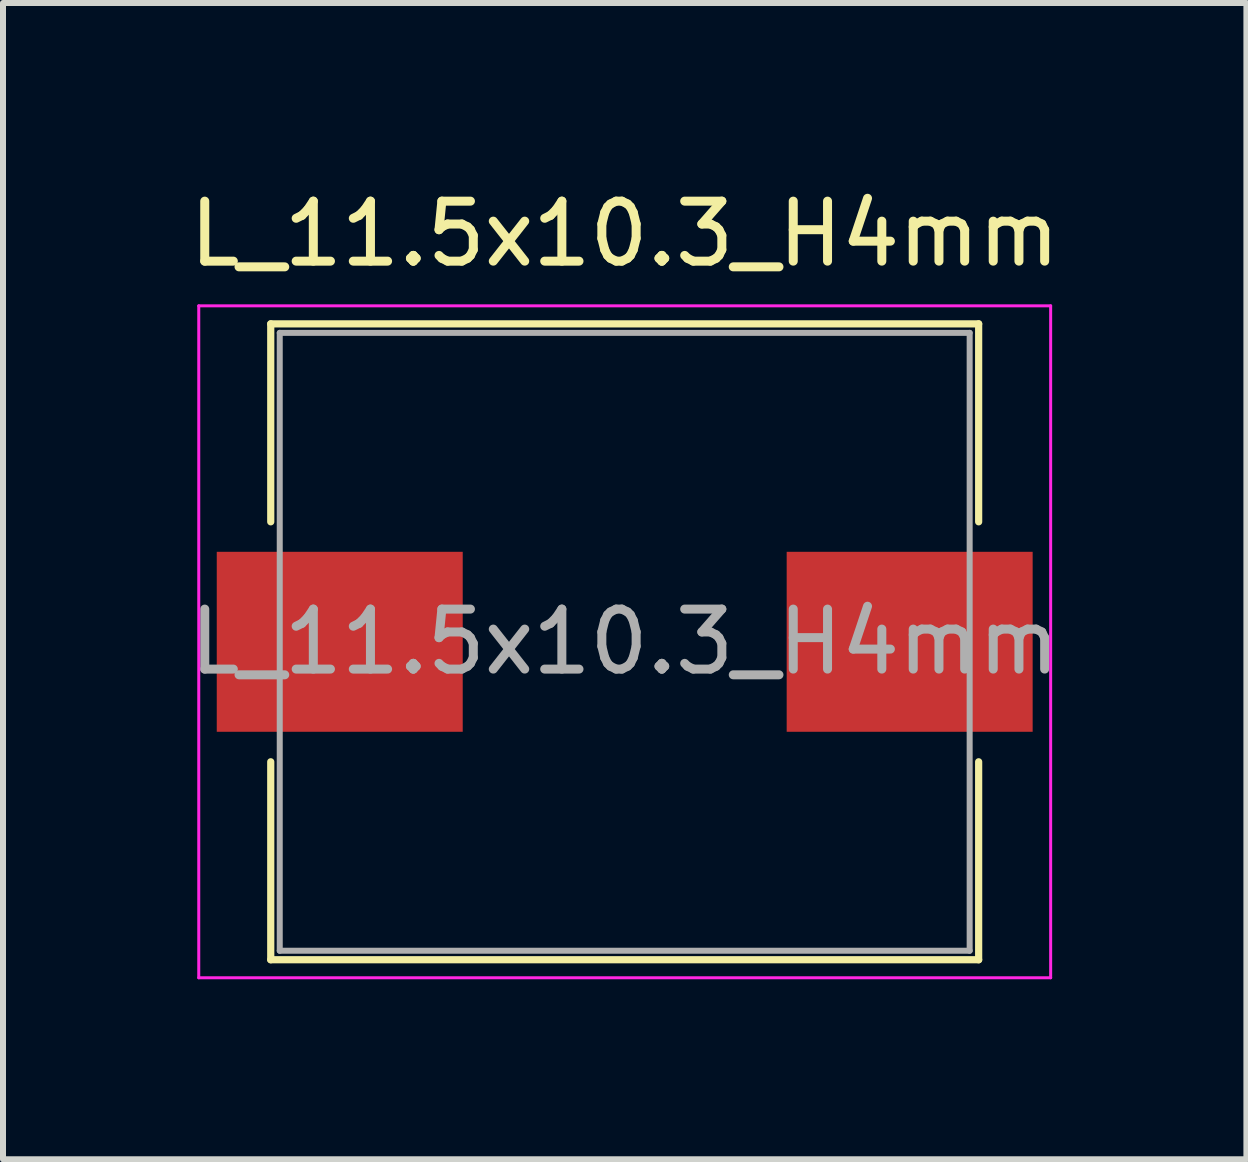
<source format=kicad_pcb>
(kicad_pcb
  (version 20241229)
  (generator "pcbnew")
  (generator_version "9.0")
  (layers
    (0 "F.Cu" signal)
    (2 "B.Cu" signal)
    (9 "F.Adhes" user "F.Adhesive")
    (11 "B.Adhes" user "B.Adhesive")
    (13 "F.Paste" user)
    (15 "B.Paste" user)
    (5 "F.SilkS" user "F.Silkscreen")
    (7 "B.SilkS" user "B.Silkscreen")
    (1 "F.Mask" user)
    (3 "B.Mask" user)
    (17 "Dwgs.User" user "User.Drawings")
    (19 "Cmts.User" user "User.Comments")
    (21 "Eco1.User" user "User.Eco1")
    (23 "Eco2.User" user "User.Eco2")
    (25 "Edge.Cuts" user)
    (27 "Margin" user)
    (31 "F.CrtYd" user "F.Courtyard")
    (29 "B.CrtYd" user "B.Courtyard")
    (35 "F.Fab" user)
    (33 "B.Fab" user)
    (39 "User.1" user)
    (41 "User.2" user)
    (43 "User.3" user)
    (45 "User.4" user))
  (footprint "L_11.5x10.3_H4mm"
    (layer "F.Cu")
    (at 7.363 7.648)
    (property "Reference" "L_11.5x10.3_H4mm" (at 0 -6.8 0) (layer "F.SilkS") (effects (font (size 1 1) (thickness 0.15))))
    (attr smd)
    (fp_line (start -5.9 -5.3) (end 5.9 -5.3) (stroke (width 0.12) (type solid)) (layer "F.SilkS"))
    (fp_line (start -5.9 -2) (end -5.9 -5.3) (stroke (width 0.12) (type solid)) (layer "F.SilkS"))
    (fp_line (start -5.9 5.3) (end -5.9 2) (stroke (width 0.12) (type solid)) (layer "F.SilkS"))
    (fp_line (start 5.9 -5.3) (end 5.9 -2) (stroke (width 0.12) (type solid)) (layer "F.SilkS"))
    (fp_line (start 5.9 5.3) (end -5.9 5.3) (stroke (width 0.12) (type solid)) (layer "F.SilkS"))
    (fp_line (start 5.9 5.3) (end 5.9 2) (stroke (width 0.12) (type solid)) (layer "F.SilkS"))
    (fp_line (start -7.1 -5.6) (end 7.1 -5.6) (stroke (width 0.05) (type solid)) (layer "F.CrtYd"))
    (fp_line (start -7.1 5.6) (end -7.1 -5.6) (stroke (width 0.05) (type solid)) (layer "F.CrtYd"))
    (fp_line (start 7.1 -5.6) (end 7.1 5.6) (stroke (width 0.05) (type solid)) (layer "F.CrtYd"))
    (fp_line (start 7.1 5.6) (end -7.1 5.6) (stroke (width 0.05) (type solid)) (layer "F.CrtYd"))
    (fp_line (start -5.75 -5.15) (end 5.75 -5.15) (stroke (width 0.1) (type solid)) (layer "F.Fab"))
    (fp_line (start -5.75 5.15) (end -5.75 -5.15) (stroke (width 0.1) (type solid)) (layer "F.Fab"))
    (fp_line (start 5.75 -5.15) (end 5.75 5.15) (stroke (width 0.1) (type solid)) (layer "F.Fab"))
    (fp_line (start 5.75 5.15) (end -5.75 5.15) (stroke (width 0.1) (type solid)) (layer "F.Fab"))
    (fp_text user "${REFERENCE}" (at 0 0 0) (layer "F.Fab") (effects (font (size 1 1) (thickness 0.15))))
    (pad "1" smd rect (at -4.75 0) (size 4.1 3) (layers "F.Cu" "F.Mask" "F.Paste"))
    (pad "2" smd rect (at 4.75 0) (size 4.1 3) (layers "F.Cu" "F.Mask" "F.Paste")))
  (gr_rect
    (start -3 -3)
    (end 17.726 16.273)
    (stroke (width 0.1) (type default))
    (fill no)
    (layer "Edge.Cuts")))
</source>
